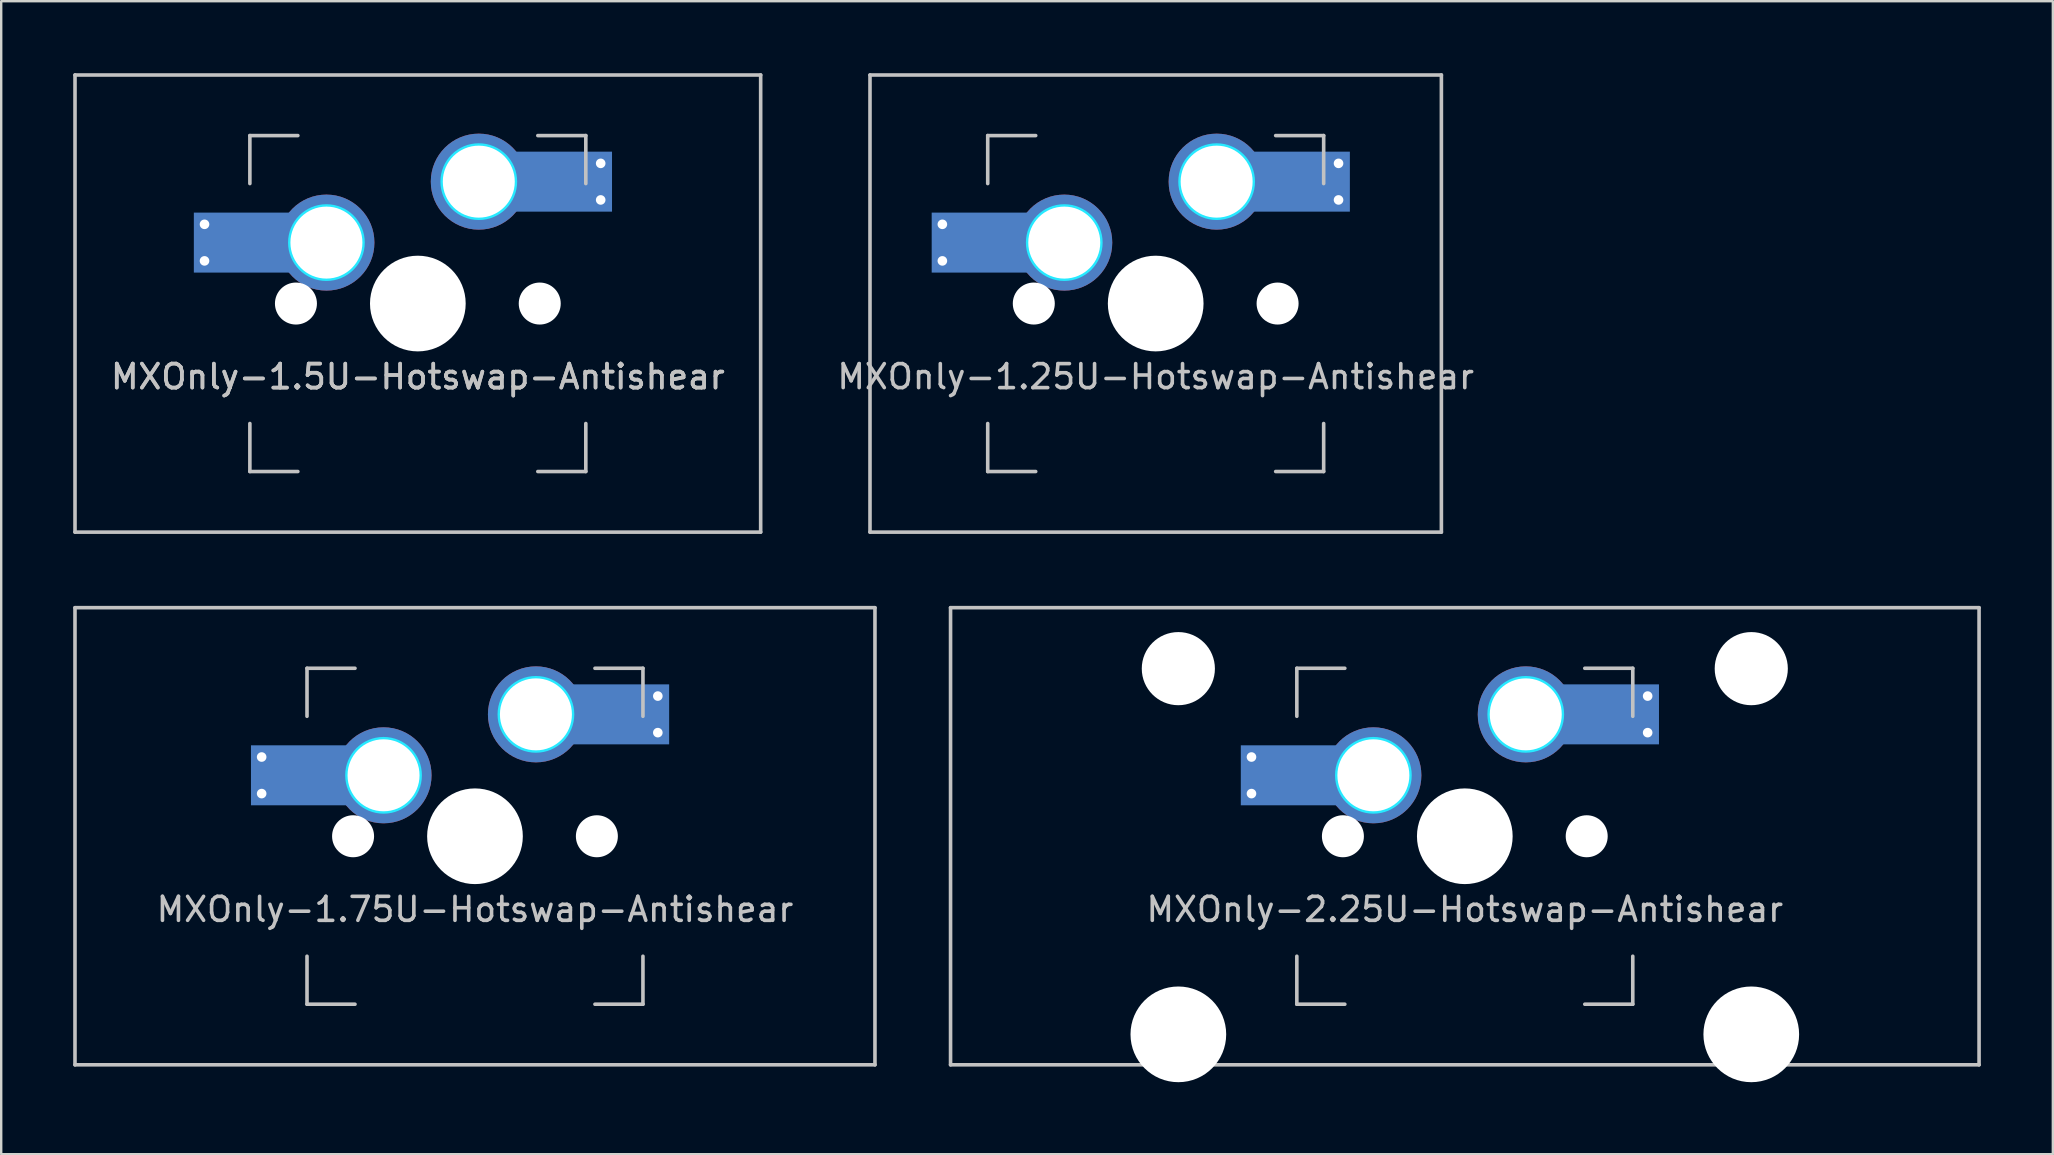
<source format=kicad_pcb>
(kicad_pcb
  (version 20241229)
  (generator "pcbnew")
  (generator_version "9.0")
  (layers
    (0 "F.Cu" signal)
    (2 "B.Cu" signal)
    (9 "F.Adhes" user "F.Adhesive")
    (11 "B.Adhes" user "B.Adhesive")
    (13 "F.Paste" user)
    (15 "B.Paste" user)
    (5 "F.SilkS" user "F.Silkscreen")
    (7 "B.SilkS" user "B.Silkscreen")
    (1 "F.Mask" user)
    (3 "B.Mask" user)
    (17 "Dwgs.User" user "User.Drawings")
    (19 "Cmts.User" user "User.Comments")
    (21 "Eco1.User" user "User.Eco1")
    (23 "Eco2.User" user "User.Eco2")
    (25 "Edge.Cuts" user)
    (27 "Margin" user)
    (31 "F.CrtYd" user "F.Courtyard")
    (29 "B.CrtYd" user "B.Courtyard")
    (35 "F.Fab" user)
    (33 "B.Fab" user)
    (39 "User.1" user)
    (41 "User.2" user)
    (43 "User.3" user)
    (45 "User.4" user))
  (footprint "MXOnly-1.75U-Hotswap-Antishear"
    (layer "F.Cu")
    (at 16.744 31.8)
    (property "Reference" "MXOnly-1.75U-Hotswap-Antishear" (at 0 3.048 0) (layer "Dwgs.User") (effects (font (size 1 1) (thickness 0.15))))
    (attr smd)
    (fp_line (start -16.669 -9.525) (end 16.669 -9.525) (stroke (width 0.15) (type solid)) (layer "Dwgs.User"))
    (fp_line (start -16.669 9.525) (end -16.669 -9.525) (stroke (width 0.15) (type solid)) (layer "Dwgs.User"))
    (fp_line (start -7 -7) (end -7 -5) (stroke (width 0.15) (type solid)) (layer "Dwgs.User"))
    (fp_line (start -7 5) (end -7 7) (stroke (width 0.15) (type solid)) (layer "Dwgs.User"))
    (fp_line (start -7 7) (end -5 7) (stroke (width 0.15) (type solid)) (layer "Dwgs.User"))
    (fp_line (start -5 -7) (end -7 -7) (stroke (width 0.15) (type solid)) (layer "Dwgs.User"))
    (fp_line (start 5 -7) (end 7 -7) (stroke (width 0.15) (type solid)) (layer "Dwgs.User"))
    (fp_line (start 5 7) (end 7 7) (stroke (width 0.15) (type solid)) (layer "Dwgs.User"))
    (fp_line (start 7 -7) (end 7 -5) (stroke (width 0.15) (type solid)) (layer "Dwgs.User"))
    (fp_line (start 7 7) (end 7 5) (stroke (width 0.15) (type solid)) (layer "Dwgs.User"))
    (fp_line (start 16.669 -9.525) (end 16.669 9.525) (stroke (width 0.15) (type solid)) (layer "Dwgs.User"))
    (fp_line (start 16.669 9.525) (end -16.669 9.525) (stroke (width 0.15) (type solid)) (layer "Dwgs.User"))
    (fp_circle (center -3.81 -2.54) (end -3.81 -4.064) (stroke (width 0.15) (type solid)) (fill no) (layer "B.CrtYd"))
    (fp_circle (center 2.54 -5.08) (end 2.54 -6.604) (stroke (width 0.15) (type solid)) (fill no) (layer "B.CrtYd"))
    (pad "" smd rect (at -7.085 -2.54) (size 2.55 2.5) (layers "B.Mask" "B.Paste"))
    (pad "" np_thru_hole circle (at -5.08 0 48.1) (size 1.75 1.75) (drill 1.75) (layers "*.Cu" "*.Mask"))
    (pad "" np_thru_hole circle (at 0 0) (size 3.988 3.988) (drill 3.988) (layers "*.Cu" "*.Mask"))
    (pad "" np_thru_hole circle (at 5.08 0 48.1) (size 1.75 1.75) (drill 1.75) (layers "*.Cu" "*.Mask"))
    (pad "" smd rect (at 5.815 -5.08) (size 2.55 2.5) (layers "B.Mask" "B.Paste"))
    (pad "1" thru_hole circle (at -8.89 -3.302) (size 0.8 0.8) (drill 0.4) (layers "*.Cu"))
    (pad "1" thru_hole circle (at -8.89 -1.778) (size 0.8 0.8) (drill 0.4) (layers "*.Cu"))
    (pad "1" smd rect (at -7.085 -2.54) (size 4.5 2.5) (layers "B.Cu"))
    (pad "1" thru_hole circle (at -3.81 -2.54) (size 4 4) (drill 3) (layers "*.Cu"))
    (pad "2" thru_hole circle (at 2.54 -5.08) (size 4 4) (drill 3) (layers "*.Cu"))
    (pad "2" smd rect (at 5.842 -5.08) (size 4.5 2.5) (layers "B.Cu"))
    (pad "2" thru_hole circle (at 7.62 -5.842) (size 0.8 0.8) (drill 0.4) (layers "*.Cu"))
    (pad "2" thru_hole circle (at 7.62 -4.318) (size 0.8 0.8) (drill 0.4) (layers "*.Cu")))
  (footprint "MXOnly-1.5U-Hotswap-Antishear"
    (layer "F.Cu")
    (at 14.363 9.6)
    (property "Reference" "MXOnly-1.5U-Hotswap-Antishear" (at 0 3.048 0) (layer "Dwgs.User") (effects (font (size 1 1) (thickness 0.15))))
    (attr smd)
    (fp_line (start -14.287 -9.525) (end 14.287 -9.525) (stroke (width 0.15) (type solid)) (layer "Dwgs.User"))
    (fp_line (start -14.287 9.525) (end -14.287 -9.525) (stroke (width 0.15) (type solid)) (layer "Dwgs.User"))
    (fp_line (start -7 -7) (end -7 -5) (stroke (width 0.15) (type solid)) (layer "Dwgs.User"))
    (fp_line (start -7 5) (end -7 7) (stroke (width 0.15) (type solid)) (layer "Dwgs.User"))
    (fp_line (start -7 7) (end -5 7) (stroke (width 0.15) (type solid)) (layer "Dwgs.User"))
    (fp_line (start -5 -7) (end -7 -7) (stroke (width 0.15) (type solid)) (layer "Dwgs.User"))
    (fp_line (start 5 -7) (end 7 -7) (stroke (width 0.15) (type solid)) (layer "Dwgs.User"))
    (fp_line (start 5 7) (end 7 7) (stroke (width 0.15) (type solid)) (layer "Dwgs.User"))
    (fp_line (start 7 -7) (end 7 -5) (stroke (width 0.15) (type solid)) (layer "Dwgs.User"))
    (fp_line (start 7 7) (end 7 5) (stroke (width 0.15) (type solid)) (layer "Dwgs.User"))
    (fp_line (start 14.287 -9.525) (end 14.287 9.525) (stroke (width 0.15) (type solid)) (layer "Dwgs.User"))
    (fp_line (start 14.287 9.525) (end -14.287 9.525) (stroke (width 0.15) (type solid)) (layer "Dwgs.User"))
    (fp_circle (center -3.81 -2.54) (end -3.81 -4.064) (stroke (width 0.15) (type solid)) (fill no) (layer "B.CrtYd"))
    (fp_circle (center 2.54 -5.08) (end 2.54 -6.604) (stroke (width 0.15) (type solid)) (fill no) (layer "B.CrtYd"))
    (fp_text user "${REFERENCE}" (at 0 3.048 0) (layer "Dwgs.User") (effects (font (size 1 1) (thickness 0.15))))
    (pad "" smd rect (at -7.085 -2.54) (size 2.55 2.5) (layers "B.Mask" "B.Paste"))
    (pad "" np_thru_hole circle (at -5.08 0 48.1) (size 1.75 1.75) (drill 1.75) (layers "*.Cu" "*.Mask"))
    (pad "" np_thru_hole circle (at 0 0) (size 3.988 3.988) (drill 3.988) (layers "*.Cu" "*.Mask"))
    (pad "" np_thru_hole circle (at 5.08 0 48.1) (size 1.75 1.75) (drill 1.75) (layers "*.Cu" "*.Mask"))
    (pad "" smd rect (at 5.815 -5.08) (size 2.55 2.5) (layers "B.Mask" "B.Paste"))
    (pad "1" thru_hole circle (at -8.89 -3.302) (size 0.8 0.8) (drill 0.4) (layers "*.Cu"))
    (pad "1" thru_hole circle (at -8.89 -1.778) (size 0.8 0.8) (drill 0.4) (layers "*.Cu"))
    (pad "1" smd rect (at -7.085 -2.54) (size 4.5 2.5) (layers "B.Cu"))
    (pad "1" thru_hole circle (at -3.81 -2.54) (size 4 4) (drill 3) (layers "*.Cu"))
    (pad "2" thru_hole circle (at 2.54 -5.08) (size 4 4) (drill 3) (layers "*.Cu"))
    (pad "2" smd rect (at 5.842 -5.08) (size 4.5 2.5) (layers "B.Cu"))
    (pad "2" thru_hole circle (at 7.62 -5.842) (size 0.8 0.8) (drill 0.4) (layers "*.Cu"))
    (pad "2" thru_hole circle (at 7.62 -4.318) (size 0.8 0.8) (drill 0.4) (layers "*.Cu")))
  (footprint "MXOnly-2.25U-Hotswap-Antishear"
    (layer "F.Cu")
    (at 57.994 31.8)
    (property "Reference" "MXOnly-2.25U-Hotswap-Antishear" (at 0 3.048 0) (layer "Dwgs.User") (effects (font (size 1 1) (thickness 0.15))))
    (attr smd)
    (fp_line (start -21.431 -9.525) (end 21.431 -9.525) (stroke (width 0.15) (type solid)) (layer "Dwgs.User"))
    (fp_line (start -21.431 9.525) (end -21.431 -9.525) (stroke (width 0.15) (type solid)) (layer "Dwgs.User"))
    (fp_line (start -7 -7) (end -7 -5) (stroke (width 0.15) (type solid)) (layer "Dwgs.User"))
    (fp_line (start -7 5) (end -7 7) (stroke (width 0.15) (type solid)) (layer "Dwgs.User"))
    (fp_line (start -7 7) (end -5 7) (stroke (width 0.15) (type solid)) (layer "Dwgs.User"))
    (fp_line (start -5 -7) (end -7 -7) (stroke (width 0.15) (type solid)) (layer "Dwgs.User"))
    (fp_line (start 5 -7) (end 7 -7) (stroke (width 0.15) (type solid)) (layer "Dwgs.User"))
    (fp_line (start 5 7) (end 7 7) (stroke (width 0.15) (type solid)) (layer "Dwgs.User"))
    (fp_line (start 7 -7) (end 7 -5) (stroke (width 0.15) (type solid)) (layer "Dwgs.User"))
    (fp_line (start 7 7) (end 7 5) (stroke (width 0.15) (type solid)) (layer "Dwgs.User"))
    (fp_line (start 21.431 -9.525) (end 21.431 9.525) (stroke (width 0.15) (type solid)) (layer "Dwgs.User"))
    (fp_line (start 21.431 9.525) (end -21.431 9.525) (stroke (width 0.15) (type solid)) (layer "Dwgs.User"))
    (fp_circle (center -3.81 -2.54) (end -3.81 -4.064) (stroke (width 0.15) (type solid)) (fill no) (layer "B.CrtYd"))
    (fp_circle (center 2.54 -5.08) (end 2.54 -6.604) (stroke (width 0.15) (type solid)) (fill no) (layer "B.CrtYd"))
    (pad "" np_thru_hole circle (at -11.938 -6.985) (size 3.048 3.048) (drill 3.048) (layers "*.Cu" "*.Mask"))
    (pad "" np_thru_hole circle (at -11.938 8.255) (size 3.988 3.988) (drill 3.988) (layers "*.Cu" "*.Mask"))
    (pad "" smd rect (at -7.085 -2.54) (size 2.55 2.5) (layers "B.Mask" "B.Paste"))
    (pad "" np_thru_hole circle (at -5.08 0 48.1) (size 1.75 1.75) (drill 1.75) (layers "*.Cu" "*.Mask"))
    (pad "" np_thru_hole circle (at 0 0) (size 3.988 3.988) (drill 3.988) (layers "*.Cu" "*.Mask"))
    (pad "" np_thru_hole circle (at 5.08 0 48.1) (size 1.75 1.75) (drill 1.75) (layers "*.Cu" "*.Mask"))
    (pad "" smd rect (at 5.815 -5.08) (size 2.55 2.5) (layers "B.Mask" "B.Paste"))
    (pad "" np_thru_hole circle (at 11.938 -6.985) (size 3.048 3.048) (drill 3.048) (layers "*.Cu" "*.Mask"))
    (pad "" np_thru_hole circle (at 11.938 8.255) (size 3.988 3.988) (drill 3.988) (layers "*.Cu" "*.Mask"))
    (pad "1" thru_hole circle (at -8.89 -3.302) (size 0.8 0.8) (drill 0.4) (layers "*.Cu"))
    (pad "1" thru_hole circle (at -8.89 -1.778) (size 0.8 0.8) (drill 0.4) (layers "*.Cu"))
    (pad "1" smd rect (at -7.085 -2.54) (size 4.5 2.5) (layers "B.Cu"))
    (pad "1" thru_hole circle (at -3.81 -2.54) (size 4 4) (drill 3) (layers "*.Cu"))
    (pad "2" thru_hole circle (at 2.54 -5.08) (size 4 4) (drill 3) (layers "*.Cu"))
    (pad "2" smd rect (at 5.842 -5.08) (size 4.5 2.5) (layers "B.Cu"))
    (pad "2" thru_hole circle (at 7.62 -5.842) (size 0.8 0.8) (drill 0.4) (layers "*.Cu"))
    (pad "2" thru_hole circle (at 7.62 -4.318) (size 0.8 0.8) (drill 0.4) (layers "*.Cu")))
  (footprint "MXOnly-1.25U-Hotswap-Antishear"
    (layer "F.Cu")
    (at 45.112 9.6)
    (property "Reference" "MXOnly-1.25U-Hotswap-Antishear" (at 0 3.048 0) (layer "Dwgs.User") (effects (font (size 1 1) (thickness 0.15))))
    (attr smd)
    (fp_line (start -11.906 -9.525) (end 11.906 -9.525) (stroke (width 0.15) (type solid)) (layer "Dwgs.User"))
    (fp_line (start -11.906 9.525) (end -11.906 -9.525) (stroke (width 0.15) (type solid)) (layer "Dwgs.User"))
    (fp_line (start -7 -7) (end -7 -5) (stroke (width 0.15) (type solid)) (layer "Dwgs.User"))
    (fp_line (start -7 5) (end -7 7) (stroke (width 0.15) (type solid)) (layer "Dwgs.User"))
    (fp_line (start -7 7) (end -5 7) (stroke (width 0.15) (type solid)) (layer "Dwgs.User"))
    (fp_line (start -5 -7) (end -7 -7) (stroke (width 0.15) (type solid)) (layer "Dwgs.User"))
    (fp_line (start 5 -7) (end 7 -7) (stroke (width 0.15) (type solid)) (layer "Dwgs.User"))
    (fp_line (start 5 7) (end 7 7) (stroke (width 0.15) (type solid)) (layer "Dwgs.User"))
    (fp_line (start 7 -7) (end 7 -5) (stroke (width 0.15) (type solid)) (layer "Dwgs.User"))
    (fp_line (start 7 7) (end 7 5) (stroke (width 0.15) (type solid)) (layer "Dwgs.User"))
    (fp_line (start 11.906 -9.525) (end 11.906 9.525) (stroke (width 0.15) (type solid)) (layer "Dwgs.User"))
    (fp_line (start 11.906 9.525) (end -11.906 9.525) (stroke (width 0.15) (type solid)) (layer "Dwgs.User"))
    (fp_circle (center -3.81 -2.54) (end -3.81 -4.064) (stroke (width 0.15) (type solid)) (fill no) (layer "B.CrtYd"))
    (fp_circle (center 2.54 -5.08) (end 2.54 -6.604) (stroke (width 0.15) (type solid)) (fill no) (layer "B.CrtYd"))
    (pad "" smd rect (at -7.085 -2.54) (size 2.55 2.5) (layers "B.Mask" "B.Paste"))
    (pad "" np_thru_hole circle (at -5.08 0 48.1) (size 1.75 1.75) (drill 1.75) (layers "*.Cu" "*.Mask"))
    (pad "" np_thru_hole circle (at 0 0) (size 3.988 3.988) (drill 3.988) (layers "*.Cu" "*.Mask"))
    (pad "" np_thru_hole circle (at 5.08 0 48.1) (size 1.75 1.75) (drill 1.75) (layers "*.Cu" "*.Mask"))
    (pad "" smd rect (at 5.815 -5.08) (size 2.55 2.5) (layers "B.Mask" "B.Paste"))
    (pad "1" thru_hole circle (at -8.89 -3.302) (size 0.8 0.8) (drill 0.4) (layers "*.Cu"))
    (pad "1" thru_hole circle (at -8.89 -1.778) (size 0.8 0.8) (drill 0.4) (layers "*.Cu"))
    (pad "1" smd rect (at -7.085 -2.54) (size 4.5 2.5) (layers "B.Cu"))
    (pad "1" thru_hole circle (at -3.81 -2.54) (size 4 4) (drill 3) (layers "*.Cu"))
    (pad "2" thru_hole circle (at 2.54 -5.08) (size 4 4) (drill 3) (layers "*.Cu"))
    (pad "2" smd rect (at 5.842 -5.08) (size 4.5 2.5) (layers "B.Cu"))
    (pad "2" thru_hole circle (at 7.62 -5.842) (size 0.8 0.8) (drill 0.4) (layers "*.Cu"))
    (pad "2" thru_hole circle (at 7.62 -4.318) (size 0.8 0.8) (drill 0.4) (layers "*.Cu")))
  (gr_rect
    (start -3 -3)
    (end 82.5 45.049)
    (stroke (width 0.1) (type default))
    (fill no)
    (layer "Edge.Cuts")))
</source>
